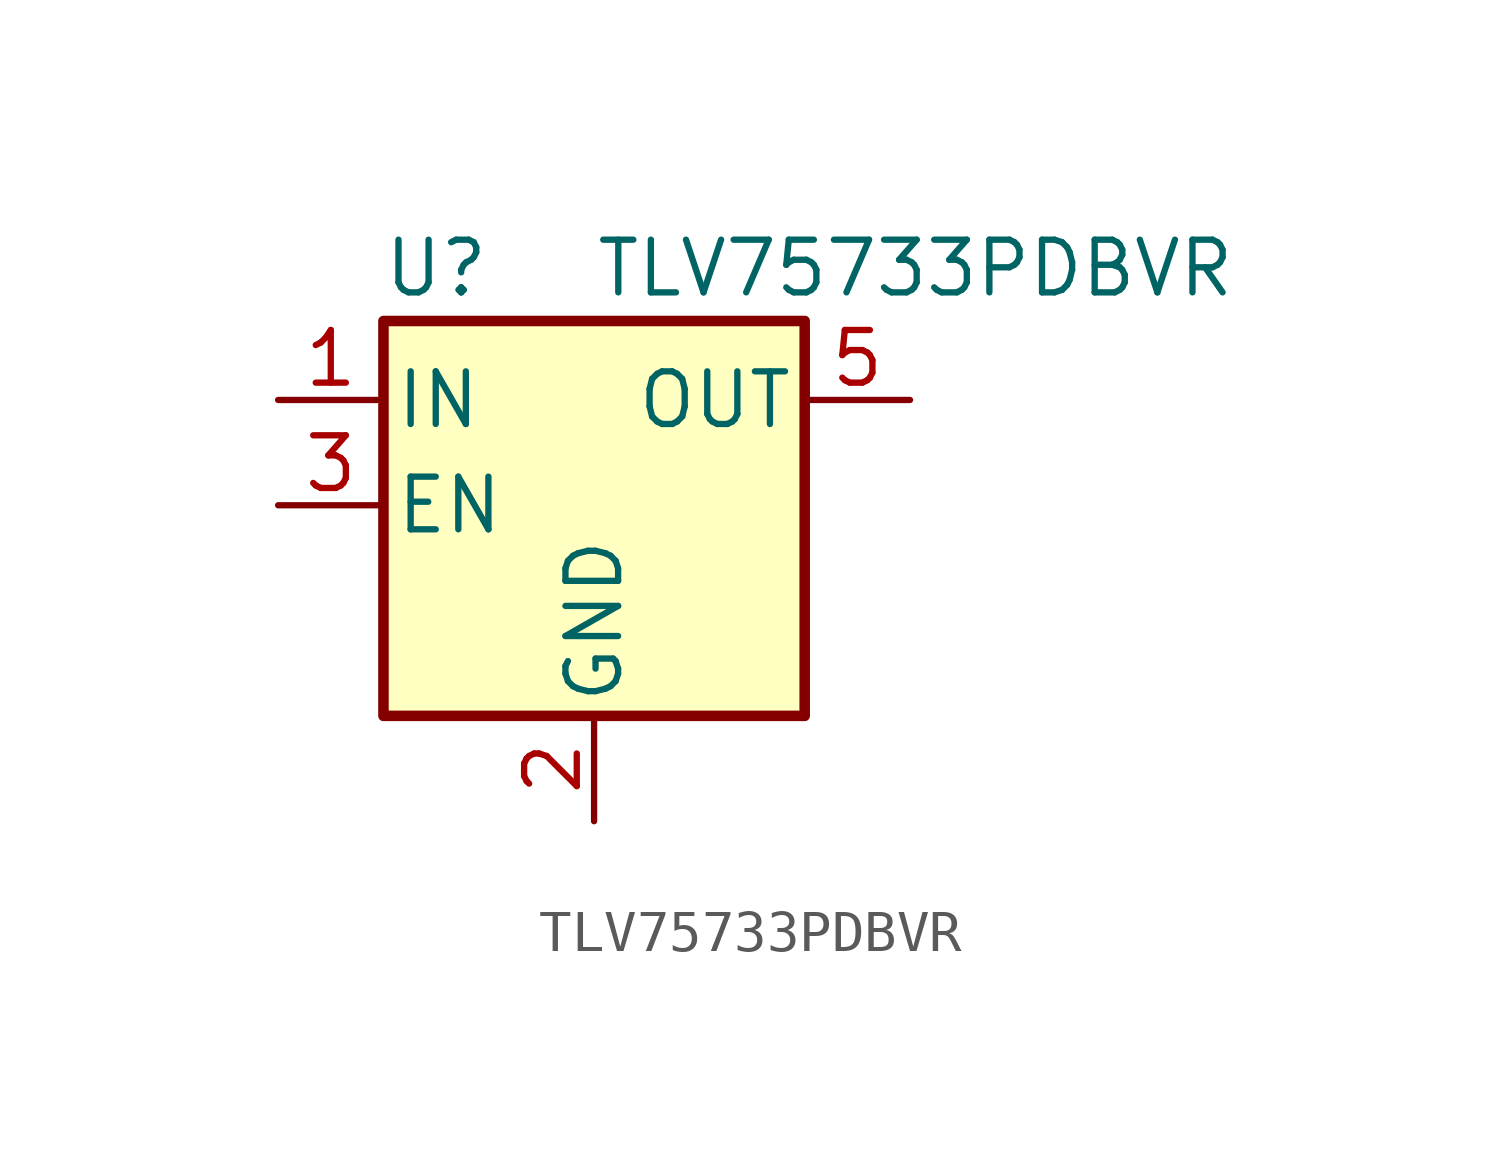
<source format=kicad_sym>
(kicad_symbol_lib
  (version 20241209)
  (generator "kicad_symbol_editor")
  (generator_version "9.0")
  (symbol "TLV75733PDBVR"
    (pin_names
      (offset 0.254))
    (property "Reference" "U"
      (at -3.81 5.715 0)
      (effects (font (size 1.27 1.27))))
    (property "Value" "TLV75733PDBVR"
      (at 0 5.715 0)
      (effects (font (size 1.27 1.27)) (justify left)))
    (symbol "TLV75733PDBVR_0_1"
      (rectangle (start -5.08 4.445) (end 5.08 -5.08) (stroke (width 0.254) (type default)) (fill (type background))))
    (symbol "TLV75733PDBVR_1_1"
      (pin power_in line (at -7.62 2.54 0) (length 2.54) (name "IN" (effects (font (size 1.27 1.27)))) (number "1" (effects (font (size 1.27 1.27)))))
      (pin input line (at -7.62 0 0) (length 2.54) (name "EN" (effects (font (size 1.27 1.27)))) (number "3" (effects (font (size 1.27 1.27)))))
      (pin power_in line (at 0 -7.62 90) (length 2.54) (name "GND" (effects (font (size 1.27 1.27)))) (number "2" (effects (font (size 1.27 1.27)))))
      (pin no_connect line (at 5.08 0 180) (length 2.54) (hide yes) (name "NC" (effects (font (size 1.27 1.27)))) (number "4" (effects (font (size 1.27 1.27)))))
      (pin power_out line (at 7.62 2.54 180) (length 2.54) (name "OUT" (effects (font (size 1.27 1.27)))) (number "5" (effects (font (size 1.27 1.27))))))))
</source>
